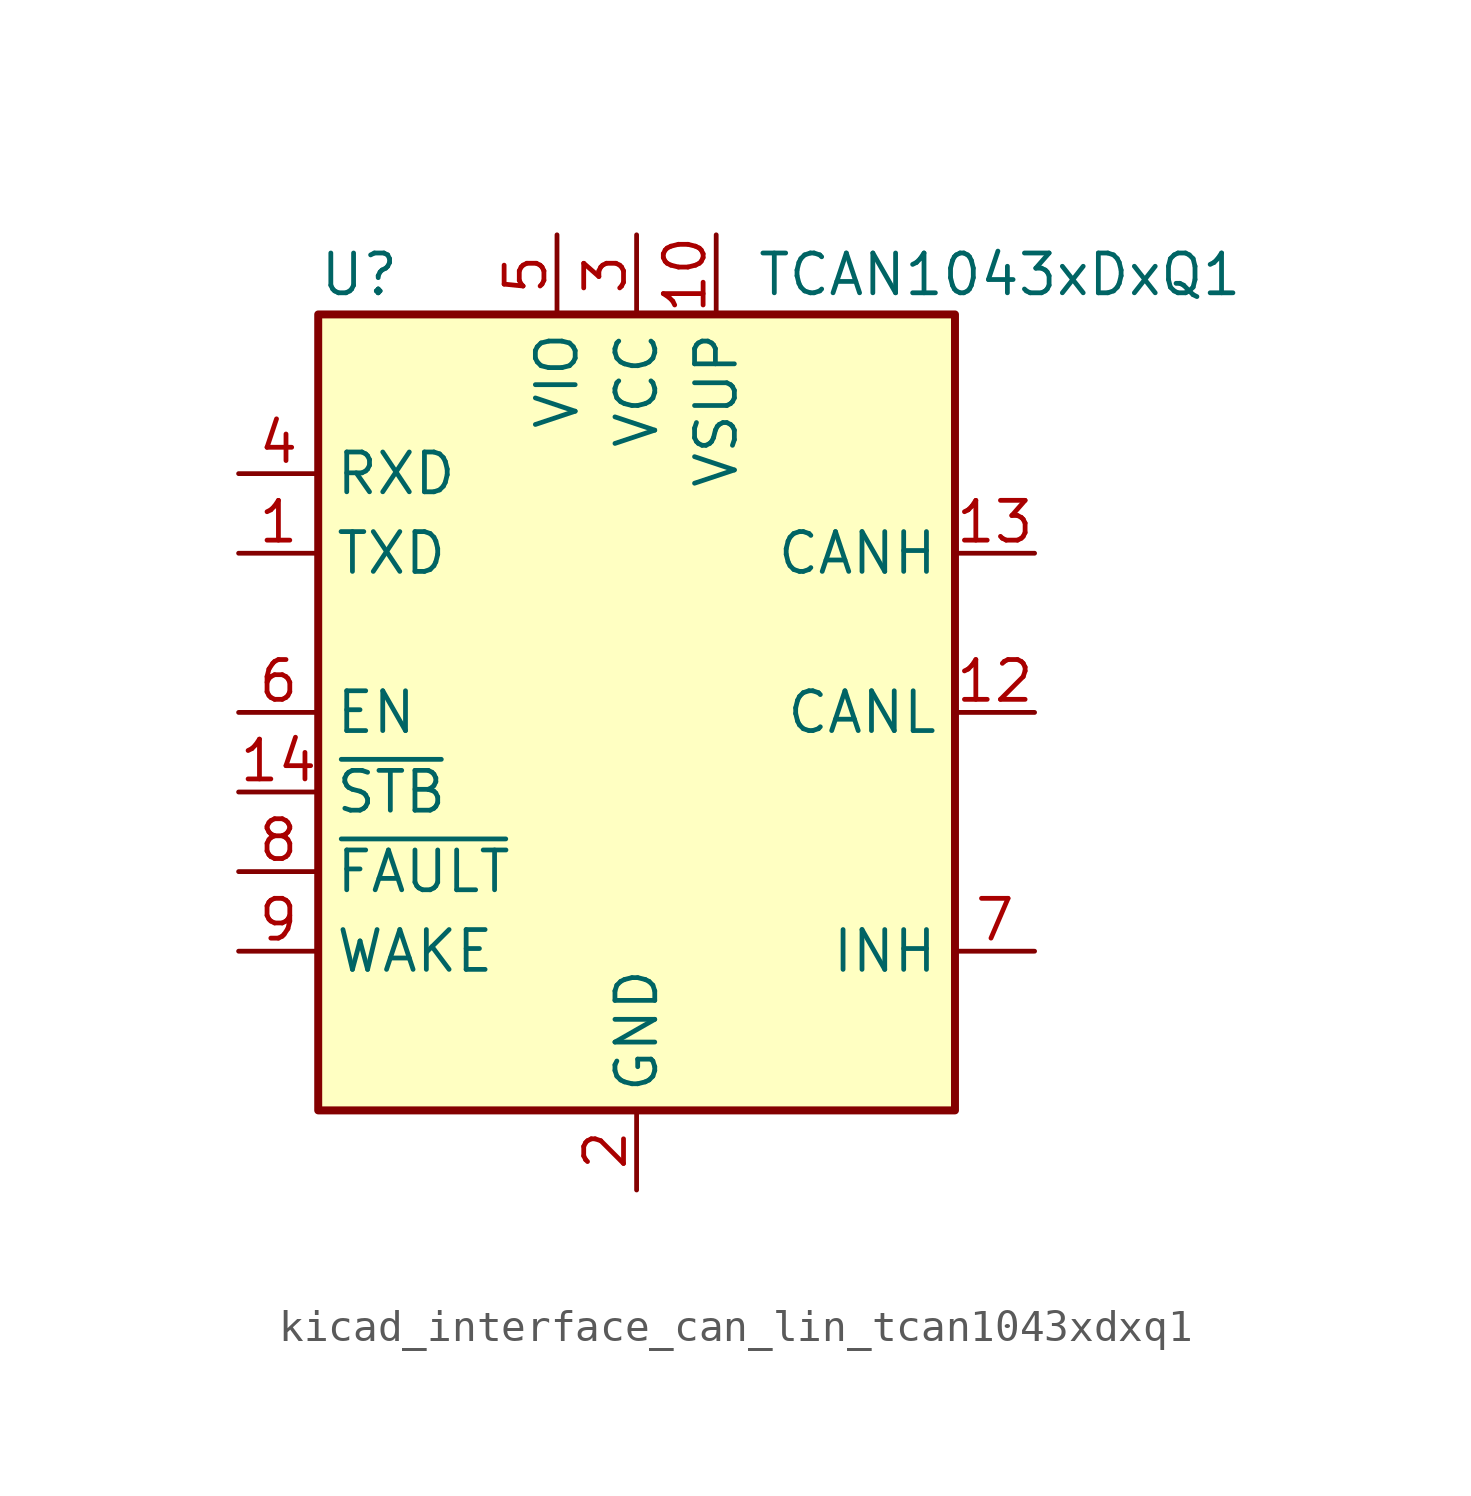
<source format=kicad_sym>
(kicad_symbol_lib
  (version 20220914)
  (generator kicad_symbol_editor)
  (symbol "kicad_interface_can_lin_tcan1043xdxq1"
    (property "Reference" "U"
      (at -10.16 13.97 0)
      (effects (font (size 1.27 1.27)) (justify left)))
    (property "Value" "TCAN1043xDxQ1"
      (at 3.81 13.97 0)
      (effects (font (size 1.27 1.27)) (justify left)))
    (symbol "kicad_interface_can_lin_tcan1043xdxq1_0_1"
      (rectangle (start -10.16 12.7) (end 10.16 -12.7) (stroke (width 0.254) (type default)) (fill (type background))))
    (symbol "kicad_interface_can_lin_tcan1043xdxq1_1_1"
      (pin input line (at -12.7 5.08 0) (length 2.54) (name "TXD" (effects (font (size 1.27 1.27)))) (number "1" (effects (font (size 1.27 1.27)))))
      (pin power_in line (at 2.54 15.24 270) (length 2.54) (name "VSUP" (effects (font (size 1.27 1.27)))) (number "10" (effects (font (size 1.27 1.27)))))
      (pin no_connect line (at 10.16 -10.16 180) (length 2.54) hide (name "NC" (effects (font (size 1.27 1.27)))) (number "11" (effects (font (size 1.27 1.27)))))
      (pin bidirectional line (at 12.7 0 180) (length 2.54) (name "CANL" (effects (font (size 1.27 1.27)))) (number "12" (effects (font (size 1.27 1.27)))))
      (pin bidirectional line (at 12.7 5.08 180) (length 2.54) (name "CANH" (effects (font (size 1.27 1.27)))) (number "13" (effects (font (size 1.27 1.27)))))
      (pin input line (at -12.7 -2.54 0) (length 2.54) (name "~{STB}" (effects (font (size 1.27 1.27)))) (number "14" (effects (font (size 1.27 1.27)))))
      (pin power_in line (at 0 -15.24 90) (length 2.54) (name "GND" (effects (font (size 1.27 1.27)))) (number "2" (effects (font (size 1.27 1.27)))))
      (pin power_in line (at 0 15.24 270) (length 2.54) (name "VCC" (effects (font (size 1.27 1.27)))) (number "3" (effects (font (size 1.27 1.27)))))
      (pin output line (at -12.7 7.62 0) (length 2.54) (name "RXD" (effects (font (size 1.27 1.27)))) (number "4" (effects (font (size 1.27 1.27)))))
      (pin power_in line (at -2.54 15.24 270) (length 2.54) (name "VIO" (effects (font (size 1.27 1.27)))) (number "5" (effects (font (size 1.27 1.27)))))
      (pin input line (at -12.7 0 0) (length 2.54) (name "EN" (effects (font (size 1.27 1.27)))) (number "6" (effects (font (size 1.27 1.27)))))
      (pin open_emitter line (at 12.7 -7.62 180) (length 2.54) (name "INH" (effects (font (size 1.27 1.27)))) (number "7" (effects (font (size 1.27 1.27)))))
      (pin output line (at -12.7 -5.08 0) (length 2.54) (name "~{FAULT}" (effects (font (size 1.27 1.27)))) (number "8" (effects (font (size 1.27 1.27)))))
      (pin input line (at -12.7 -7.62 0) (length 2.54) (name "WAKE" (effects (font (size 1.27 1.27)))) (number "9" (effects (font (size 1.27 1.27))))))))
</source>
